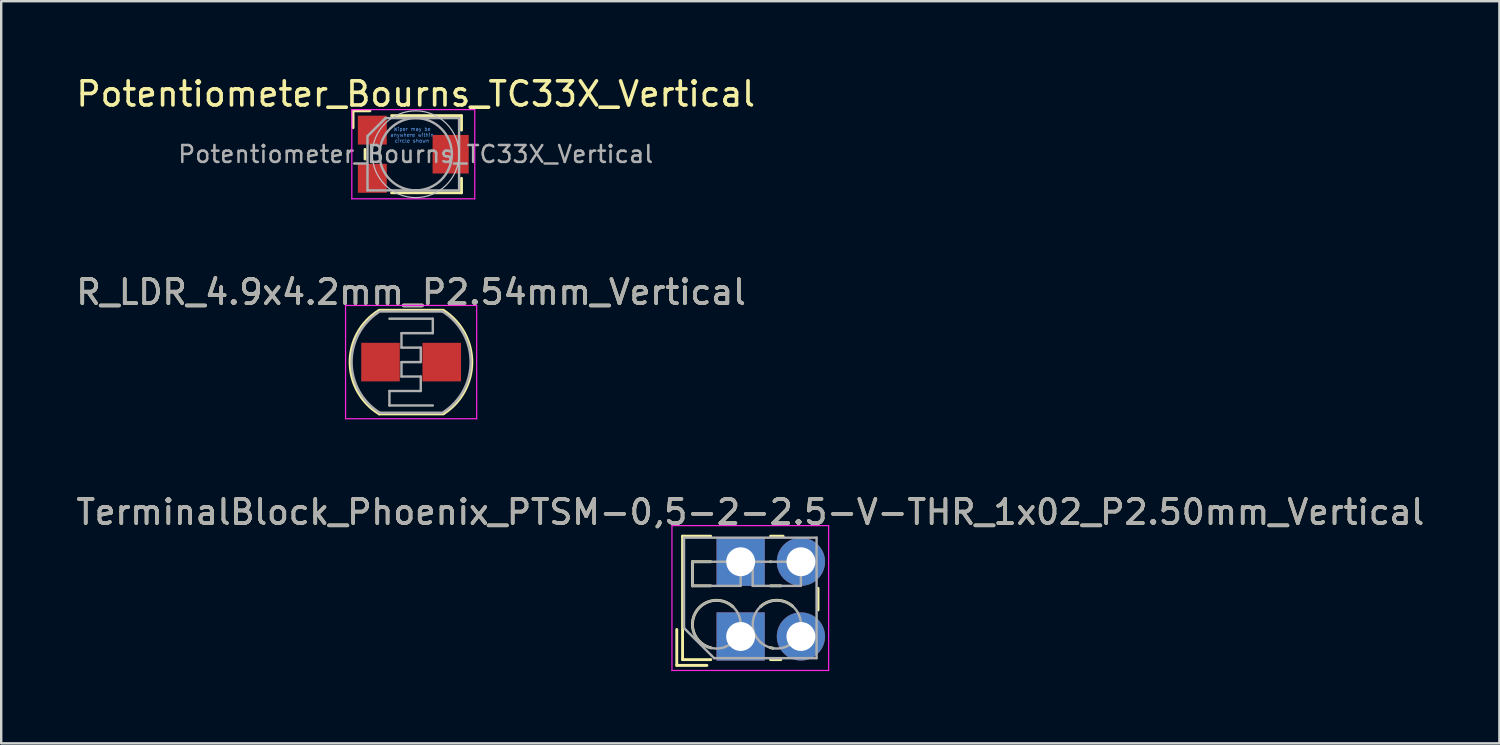
<source format=kicad_pcb>
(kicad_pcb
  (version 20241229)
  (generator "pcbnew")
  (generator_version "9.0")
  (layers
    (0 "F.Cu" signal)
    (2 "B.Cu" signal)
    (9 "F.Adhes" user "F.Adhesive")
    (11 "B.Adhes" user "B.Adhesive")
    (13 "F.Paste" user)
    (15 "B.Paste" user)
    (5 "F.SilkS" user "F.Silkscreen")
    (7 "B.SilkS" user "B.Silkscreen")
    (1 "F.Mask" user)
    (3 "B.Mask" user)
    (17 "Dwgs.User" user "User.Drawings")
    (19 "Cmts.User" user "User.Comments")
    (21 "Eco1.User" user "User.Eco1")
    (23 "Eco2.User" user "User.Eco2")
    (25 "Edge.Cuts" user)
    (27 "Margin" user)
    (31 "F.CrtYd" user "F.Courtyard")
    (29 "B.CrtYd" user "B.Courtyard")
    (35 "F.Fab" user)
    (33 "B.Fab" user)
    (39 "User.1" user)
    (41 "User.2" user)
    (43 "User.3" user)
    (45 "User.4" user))
  (footprint "R_LDR_4.9x4.2mm_P2.54mm_Vertical"
    (layer "F.Cu")
    (at 12.736 11.972)
    (property "Reference" "R_LDR_4.9x4.2mm_P2.54mm_Vertical" (at 1.27 -2.9 0) (layer "F.SilkS") (effects (font (size 1 1) (thickness 0.15))))
    (attr through_hole)
    (fp_line (start -0.05 -2.15) (end 2.6 -2.15) (stroke (width 0.12) (type solid)) (layer "F.SilkS"))
    (fp_line (start -0.05 2.15) (end 2.6 2.15) (stroke (width 0.12) (type solid)) (layer "F.SilkS"))
    (fp_arc (start -0.05 2.15) (mid -1.262424 0.01494) (end -0.075476 -2.134388) (stroke (width 0.12) (type solid)) (layer "F.SilkS"))
    (fp_arc (start 2.6 -2.15) (mid 3.788646 -0.016616) (end 2.628027 2.132145) (stroke (width 0.12) (type solid)) (layer "F.SilkS"))
    (fp_line (start -1.45 -2.35) (end -1.45 2.35) (stroke (width 0.05) (type solid)) (layer "F.CrtYd"))
    (fp_line (start -1.45 -2.35) (end 3.99 -2.35) (stroke (width 0.05) (type solid)) (layer "F.CrtYd"))
    (fp_line (start 3.99 2.35) (end -1.45 2.35) (stroke (width 0.05) (type solid)) (layer "F.CrtYd"))
    (fp_line (start 3.99 2.35) (end 3.99 -2.35) (stroke (width 0.05) (type solid)) (layer "F.CrtYd"))
    (fp_line (start -0.03 -2.1) (end 2.57 -2.1) (stroke (width 0.1) (type solid)) (layer "F.Fab"))
    (fp_line (start 0.37 -1.8) (end 2.17 -1.8) (stroke (width 0.1) (type solid)) (layer "F.Fab"))
    (fp_line (start 0.37 1.2) (end 0.37 1.8) (stroke (width 0.1) (type solid)) (layer "F.Fab"))
    (fp_line (start 0.37 1.2) (end 1.67 1.2) (stroke (width 0.1) (type solid)) (layer "F.Fab"))
    (fp_line (start 0.37 1.8) (end 2.17 1.8) (stroke (width 0.1) (type solid)) (layer "F.Fab"))
    (fp_line (start 0.87 -1.2) (end 0.87 -0.6) (stroke (width 0.1) (type solid)) (layer "F.Fab"))
    (fp_line (start 0.87 -1.2) (end 2.17 -1.2) (stroke (width 0.1) (type solid)) (layer "F.Fab"))
    (fp_line (start 0.87 0) (end 0.87 0.6) (stroke (width 0.1) (type solid)) (layer "F.Fab"))
    (fp_line (start 0.87 0) (end 1.67 0) (stroke (width 0.1) (type solid)) (layer "F.Fab"))
    (fp_line (start 1.67 -0.6) (end 0.87 -0.6) (stroke (width 0.1) (type solid)) (layer "F.Fab"))
    (fp_line (start 1.67 -0.6) (end 1.67 0) (stroke (width 0.1) (type solid)) (layer "F.Fab"))
    (fp_line (start 1.67 0.6) (end 0.87 0.6) (stroke (width 0.1) (type solid)) (layer "F.Fab"))
    (fp_line (start 1.67 0.6) (end 1.67 1.2) (stroke (width 0.1) (type solid)) (layer "F.Fab"))
    (fp_line (start 2.17 -1.8) (end 2.17 -1.2) (stroke (width 0.1) (type solid)) (layer "F.Fab"))
    (fp_line (start 2.57 2.1) (end -0.03 2.1) (stroke (width 0.1) (type solid)) (layer "F.Fab"))
    (fp_arc (start -0.03 2.1) (mid -1.199612 0.031921) (end -0.083843 -2.065698) (stroke (width 0.1) (type solid)) (layer "F.Fab"))
    (fp_arc (start 2.57 -2.1) (mid 3.739612 -0.031921) (end 2.623843 2.065698) (stroke (width 0.1) (type solid)) (layer "F.Fab"))
    (fp_text user "${REFERENCE}" (at 1.27 -2.9 0) (layer "F.Fab") (effects (font (size 1 1) (thickness 0.15))))
    (pad "1" smd rect (at 0 0) (size 1.6 1.6) (layers "F.Cu" "F.Mask" "F.Paste"))
    (pad "2" smd rect (at 2.54 0) (size 1.6 1.6) (layers "F.Cu" "F.Mask" "F.Paste")))
  (footprint "Potentiometer_Bourns_TC33X_Vertical"
    (layer "F.Cu")
    (at 14.196 3.348)
    (property "Reference" "Potentiometer_Bourns_TC33X_Vertical" (at 0 -2.5 0) (layer "F.SilkS") (effects (font (size 1 1) (thickness 0.15))))
    (attr smd)
    (fp_line (start -2.6 -1.8) (end -2.6 -1.1) (stroke (width 0.12) (type solid)) (layer "F.SilkS"))
    (fp_line (start -2.1 -0.2) (end -2.1 0.2) (stroke (width 0.12) (type solid)) (layer "F.SilkS"))
    (fp_line (start -1.9 -1.8) (end -2.6 -1.8) (stroke (width 0.12) (type solid)) (layer "F.SilkS"))
    (fp_line (start -1 -1.6) (end 1.9 -1.6) (stroke (width 0.12) (type solid)) (layer "F.SilkS"))
    (fp_line (start -1 1.6) (end 1.9 1.6) (stroke (width 0.12) (type solid)) (layer "F.SilkS"))
    (fp_line (start 1.9 -1.6) (end 1.9 -1) (stroke (width 0.12) (type solid)) (layer "F.SilkS"))
    (fp_line (start 1.9 1.6) (end 1.9 1) (stroke (width 0.12) (type solid)) (layer "F.SilkS"))
    (fp_circle (center 0 0) (end 1.8 0) (stroke (width 0.05) (type solid)) (fill no) (layer "Dwgs.User"))
    (fp_line (start -2.65 -1.85) (end 2.45 -1.85) (stroke (width 0.05) (type solid)) (layer "F.CrtYd"))
    (fp_line (start -2.65 1.85) (end -2.65 -1.85) (stroke (width 0.05) (type solid)) (layer "F.CrtYd"))
    (fp_line (start 2.45 -1.85) (end 2.45 1.85) (stroke (width 0.05) (type solid)) (layer "F.CrtYd"))
    (fp_line (start 2.45 1.85) (end -2.65 1.85) (stroke (width 0.05) (type solid)) (layer "F.CrtYd"))
    (fp_line (start -2 -0.75) (end -2 1.5) (stroke (width 0.1) (type solid)) (layer "F.Fab"))
    (fp_line (start -2 1.5) (end 1.8 1.5) (stroke (width 0.1) (type solid)) (layer "F.Fab"))
    (fp_line (start -1.25 -1.5) (end -2 -0.75) (stroke (width 0.1) (type solid)) (layer "F.Fab"))
    (fp_line (start 1.8 -1.5) (end -1.25 -1.5) (stroke (width 0.1) (type solid)) (layer "F.Fab"))
    (fp_line (start 1.8 1.5) (end 1.8 -1.5) (stroke (width 0.1) (type solid)) (layer "F.Fab"))
    (fp_circle (center 0 0) (end 1.5 0) (stroke (width 0.1) (type solid)) (fill no) (layer "F.Fab"))
    (fp_text user "Wiper may be\nanywhere within\ncircle shown" (at -0.15 -0.8 0) (layer "Cmts.User") (effects (font (size 0.15 0.15) (thickness 0.02))))
    (fp_text user "${REFERENCE}" (at 0 0 0) (layer "F.Fab") (effects (font (size 0.7 0.7) (thickness 0.105))))
    (pad "1" smd rect (at -1.8 -1) (size 1.2 1.2) (layers "F.Cu" "F.Mask" "F.Paste"))
    (pad "2" smd rect (at 1.45 0) (size 1.5 1.6) (layers "F.Cu" "F.Mask" "F.Paste"))
    (pad "3" smd rect (at -1.8 1) (size 1.2 1.2) (layers "F.Cu" "F.Mask" "F.Paste")))
  (footprint "TerminalBlock_Phoenix_PTSM-0,5-2-2.5-V-THR_1x02_P2.50mm_Vertical"
    (layer "F.Cu")
    (at 27.677 23.355)
    (property "Reference" "TerminalBlock_Phoenix_PTSM-0,5-2-2.5-V-THR_1x02_P2.50mm_Vertical" (at 0.4 -5.16 0) (layer "F.SilkS") (effects (font (size 1 1) (thickness 0.15))))
    (attr through_hole)
    (fp_line (start -2.65 -0.29) (end -2.65 1.2) (stroke (width 0.12) (type solid)) (layer "F.SilkS"))
    (fp_line (start -2.65 1.2) (end -1.4 1.2) (stroke (width 0.12) (type solid)) (layer "F.SilkS"))
    (fp_line (start -2.41 -4.16) (end -2.41 0.961) (stroke (width 0.12) (type solid)) (layer "F.SilkS"))
    (fp_line (start -2.41 -4.16) (end -1.24 -4.16) (stroke (width 0.12) (type solid)) (layer "F.SilkS"))
    (fp_line (start -2.41 0.961) (end -1.24 0.961) (stroke (width 0.12) (type solid)) (layer "F.SilkS"))
    (fp_line (start -2 -3.1) (end -2 -2.1) (stroke (width 0.12) (type solid)) (layer "F.SilkS"))
    (fp_line (start -2 -3.1) (end -1.24 -3.1) (stroke (width 0.12) (type solid)) (layer "F.SilkS"))
    (fp_line (start -2 -2.1) (end -1.24 -2.1) (stroke (width 0.12) (type solid)) (layer "F.SilkS"))
    (fp_line (start 1.24 -4.16) (end 1.763 -4.16) (stroke (width 0.12) (type solid)) (layer "F.SilkS"))
    (fp_line (start 1.24 -3.1) (end 1.245 -3.1) (stroke (width 0.12) (type solid)) (layer "F.SilkS"))
    (fp_line (start 1.24 -2.1) (end 1.665 -2.1) (stroke (width 0.12) (type solid)) (layer "F.SilkS"))
    (fp_line (start 1.24 0.961) (end 1.665 0.961) (stroke (width 0.12) (type solid)) (layer "F.SilkS"))
    (fp_line (start 3.21 -2) (end 3.21 -1.1) (stroke (width 0.12) (type solid)) (layer "F.SilkS"))
    (fp_arc (start -1.224629 0.474931) (mid -1.883573 -0.969306) (end -0.318 -1.232) (stroke (width 0.12) (type solid)) (layer "F.SilkS"))
    (fp_arc (start 0.817811 -1.23232) (mid 1.483053 -1.500693) (end 2.157 -1.255) (stroke (width 0.12) (type solid)) (layer "F.SilkS"))
    (fp_arc (start 1.344288 0.488343) (mid 1.284242 0.476994) (end 1.225 0.462) (stroke (width 0.12) (type solid)) (layer "F.SilkS"))
    (fp_line (start -2.85 -4.6) (end -2.85 1.41) (stroke (width 0.05) (type solid)) (layer "F.CrtYd"))
    (fp_line (start -2.85 1.41) (end 3.65 1.41) (stroke (width 0.05) (type solid)) (layer "F.CrtYd"))
    (fp_line (start 3.65 -4.6) (end -2.85 -4.6) (stroke (width 0.05) (type solid)) (layer "F.CrtYd"))
    (fp_line (start 3.65 1.41) (end 3.65 -4.6) (stroke (width 0.05) (type solid)) (layer "F.CrtYd"))
    (fp_line (start -2.35 -4.1) (end 3.15 -4.1) (stroke (width 0.1) (type solid)) (layer "F.Fab"))
    (fp_line (start -2.35 -0.35) (end -2.35 -4.1) (stroke (width 0.1) (type solid)) (layer "F.Fab"))
    (fp_line (start -2 -3.1) (end -2 -2.1) (stroke (width 0.1) (type solid)) (layer "F.Fab"))
    (fp_line (start -2 -2.1) (end 0 -2.1) (stroke (width 0.1) (type solid)) (layer "F.Fab"))
    (fp_line (start -1.1 0.9) (end -2.35 -0.35) (stroke (width 0.1) (type solid)) (layer "F.Fab"))
    (fp_line (start 0 -3.1) (end -2 -3.1) (stroke (width 0.1) (type solid)) (layer "F.Fab"))
    (fp_line (start 0 -2.1) (end 0 -3.1) (stroke (width 0.1) (type solid)) (layer "F.Fab"))
    (fp_line (start 0.5 -3.1) (end 0.5 -2.1) (stroke (width 0.1) (type solid)) (layer "F.Fab"))
    (fp_line (start 0.5 -2.1) (end 2.5 -2.1) (stroke (width 0.1) (type solid)) (layer "F.Fab"))
    (fp_line (start 2.5 -3.1) (end 0.5 -3.1) (stroke (width 0.1) (type solid)) (layer "F.Fab"))
    (fp_line (start 2.5 -2.1) (end 2.5 -3.1) (stroke (width 0.1) (type solid)) (layer "F.Fab"))
    (fp_line (start 3.15 -4.1) (end 3.15 0.9) (stroke (width 0.1) (type solid)) (layer "F.Fab"))
    (fp_line (start 3.15 0.9) (end -1.1 0.9) (stroke (width 0.1) (type solid)) (layer "F.Fab"))
    (fp_circle (center -1 -0.5) (end 0 -0.5) (stroke (width 0.1) (type solid)) (fill no) (layer "F.Fab"))
    (fp_circle (center 1.5 -0.5) (end 2.5 -0.5) (stroke (width 0.1) (type solid)) (fill no) (layer "F.Fab"))
    (fp_text user "${REFERENCE}" (at 0.4 -5.16 0) (layer "F.Fab") (effects (font (size 1 1) (thickness 0.15))))
    (pad "1" thru_hole rect (at 0 -3.1) (size 2 2) (drill 1.2) (layers "*.Cu" "*.Mask"))
    (pad "1" thru_hole rect (at 0 0) (size 2 2) (drill 1.2) (layers "*.Cu" "*.Mask"))
    (pad "2" thru_hole circle (at 2.5 -3.1) (size 2 2) (drill 1.2) (layers "*.Cu" "*.Mask"))
    (pad "2" thru_hole circle (at 2.5 0) (size 2 2) (drill 1.2) (layers "*.Cu" "*.Mask")))
  (gr_rect
    (start -3 -3)
    (end 59.155 27.79)
    (stroke (width 0.1) (type default))
    (fill no)
    (layer "Edge.Cuts")))
</source>
